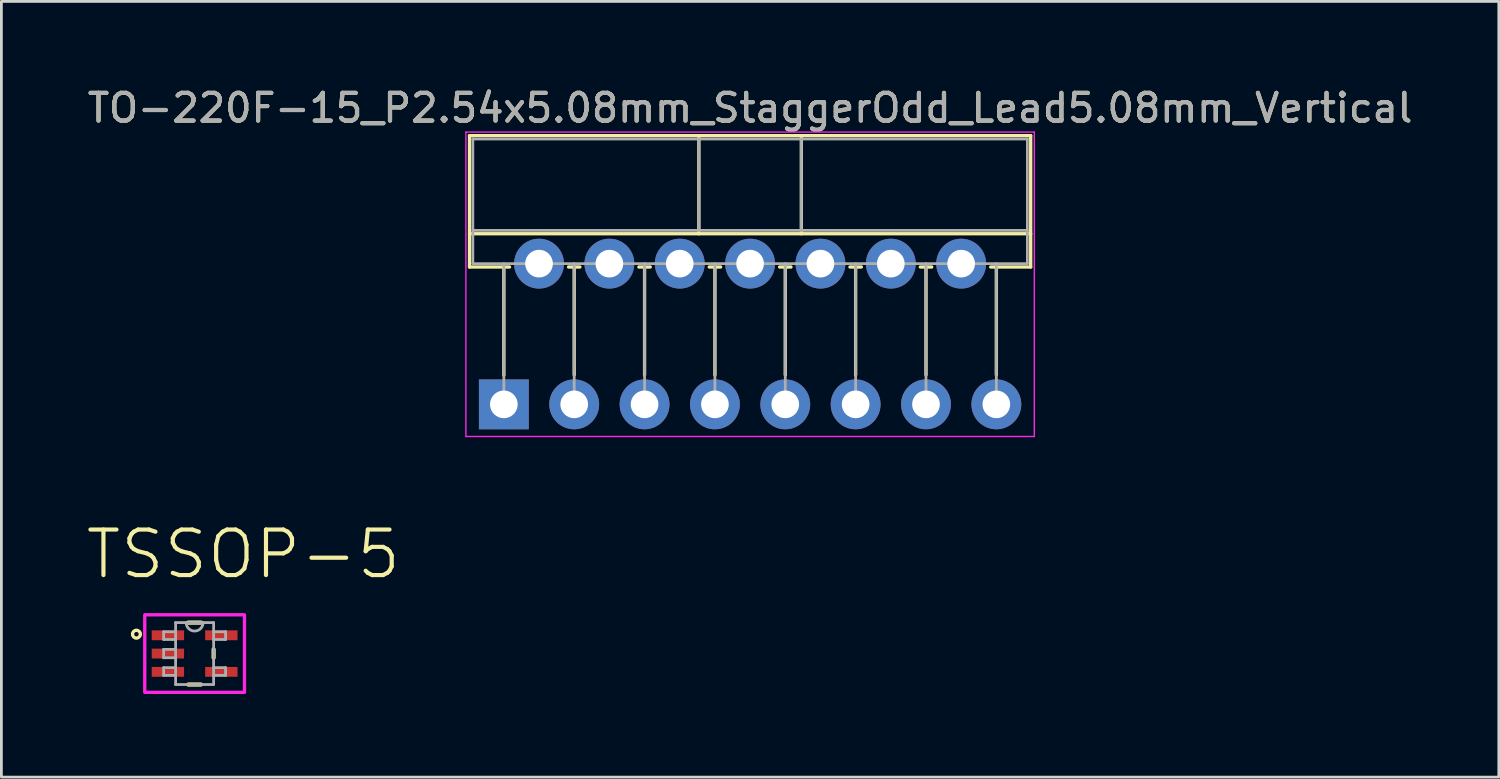
<source format=kicad_pcb>
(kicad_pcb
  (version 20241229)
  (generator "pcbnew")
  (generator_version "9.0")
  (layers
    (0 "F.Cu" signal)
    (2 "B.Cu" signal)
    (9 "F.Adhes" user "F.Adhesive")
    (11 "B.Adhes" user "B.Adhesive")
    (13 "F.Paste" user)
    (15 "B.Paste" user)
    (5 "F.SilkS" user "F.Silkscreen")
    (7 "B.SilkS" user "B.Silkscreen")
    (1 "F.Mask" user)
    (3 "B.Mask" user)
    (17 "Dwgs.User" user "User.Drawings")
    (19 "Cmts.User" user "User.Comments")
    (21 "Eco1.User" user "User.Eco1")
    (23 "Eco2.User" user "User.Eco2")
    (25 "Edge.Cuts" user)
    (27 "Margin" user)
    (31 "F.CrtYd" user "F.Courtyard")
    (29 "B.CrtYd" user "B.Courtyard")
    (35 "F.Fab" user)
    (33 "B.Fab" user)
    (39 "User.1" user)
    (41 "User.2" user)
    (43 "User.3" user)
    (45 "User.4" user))
  (footprint "TSSOP-5"
    (layer "F.Cu")
    (at 3.976 20.545)
    (property "Reference" "TSSOP-5" (at 1.755 -3.587 0) (layer "F.SilkS") (effects (font (size 1.643 1.643) (thickness 0.15))))
    (attr smd)
    (fp_line (start -0.229 1.118) (end 0.229 1.118) (stroke (width 0.152) (type solid)) (layer "F.SilkS"))
    (fp_line (start 0.229 -1.118) (end -0.229 -1.118) (stroke (width 0.152) (type solid)) (layer "F.SilkS"))
    (fp_line (start 0.686 0.152) (end 0.686 -0.152) (stroke (width 0.152) (type solid)) (layer "F.SilkS"))
    (fp_circle (center -2.1 -0.7) (end -2 -0.6) (stroke (width 0.12) (type default)) (fill no) (layer "F.SilkS"))
    (fp_rect (start -1.8 -1.4) (end 1.8 1.4) (stroke (width 0.12) (type default)) (fill no) (layer "F.CrtYd"))
    (fp_line (start -1.118 -0.787) (end -1.118 -0.508) (stroke (width 0.1) (type solid)) (layer "F.Fab"))
    (fp_line (start -1.118 -0.508) (end -0.686 -0.508) (stroke (width 0.1) (type solid)) (layer "F.Fab"))
    (fp_line (start -1.118 -0.152) (end -1.118 0.152) (stroke (width 0.1) (type solid)) (layer "F.Fab"))
    (fp_line (start -1.118 0.152) (end -0.686 0.152) (stroke (width 0.1) (type solid)) (layer "F.Fab"))
    (fp_line (start -1.118 0.508) (end -1.118 0.787) (stroke (width 0.1) (type solid)) (layer "F.Fab"))
    (fp_line (start -1.118 0.787) (end -0.686 0.787) (stroke (width 0.1) (type solid)) (layer "F.Fab"))
    (fp_line (start -0.686 -1.118) (end -0.686 -0.787) (stroke (width 0.1) (type solid)) (layer "F.Fab"))
    (fp_line (start -0.686 -0.787) (end -1.118 -0.787) (stroke (width 0.1) (type solid)) (layer "F.Fab"))
    (fp_line (start -0.686 -0.787) (end -0.686 -0.508) (stroke (width 0.1) (type solid)) (layer "F.Fab"))
    (fp_line (start -0.686 -0.508) (end -0.686 -0.152) (stroke (width 0.1) (type solid)) (layer "F.Fab"))
    (fp_line (start -0.686 -0.152) (end -1.118 -0.152) (stroke (width 0.1) (type solid)) (layer "F.Fab"))
    (fp_line (start -0.686 -0.152) (end -0.686 0.152) (stroke (width 0.1) (type solid)) (layer "F.Fab"))
    (fp_line (start -0.686 0.152) (end -0.686 0.508) (stroke (width 0.1) (type solid)) (layer "F.Fab"))
    (fp_line (start -0.686 0.508) (end -1.118 0.508) (stroke (width 0.1) (type solid)) (layer "F.Fab"))
    (fp_line (start -0.686 0.508) (end -0.686 0.787) (stroke (width 0.1) (type solid)) (layer "F.Fab"))
    (fp_line (start -0.686 0.787) (end -0.686 1.118) (stroke (width 0.1) (type solid)) (layer "F.Fab"))
    (fp_line (start -0.686 1.118) (end 0.686 1.118) (stroke (width 0.1) (type solid)) (layer "F.Fab"))
    (fp_line (start -0.305 -1.118) (end -0.686 -1.118) (stroke (width 0.1) (type solid)) (layer "F.Fab"))
    (fp_line (start 0.305 -1.118) (end -0.305 -1.118) (stroke (width 0.1) (type solid)) (layer "F.Fab"))
    (fp_line (start 0.686 -1.118) (end 0.305 -1.118) (stroke (width 0.1) (type solid)) (layer "F.Fab"))
    (fp_line (start 0.686 -0.787) (end 0.686 -1.118) (stroke (width 0.1) (type solid)) (layer "F.Fab"))
    (fp_line (start 0.686 -0.508) (end 0.686 -0.787) (stroke (width 0.1) (type solid)) (layer "F.Fab"))
    (fp_line (start 0.686 -0.508) (end 1.118 -0.508) (stroke (width 0.1) (type solid)) (layer "F.Fab"))
    (fp_line (start 0.686 0.508) (end 0.686 -0.508) (stroke (width 0.1) (type solid)) (layer "F.Fab"))
    (fp_line (start 0.686 0.787) (end 0.686 0.508) (stroke (width 0.1) (type solid)) (layer "F.Fab"))
    (fp_line (start 0.686 0.787) (end 1.118 0.787) (stroke (width 0.1) (type solid)) (layer "F.Fab"))
    (fp_line (start 0.686 1.118) (end 0.686 0.787) (stroke (width 0.1) (type solid)) (layer "F.Fab"))
    (fp_line (start 1.118 -0.787) (end 0.686 -0.787) (stroke (width 0.1) (type solid)) (layer "F.Fab"))
    (fp_line (start 1.118 -0.508) (end 1.118 -0.787) (stroke (width 0.1) (type solid)) (layer "F.Fab"))
    (fp_line (start 1.118 0.508) (end 0.686 0.508) (stroke (width 0.1) (type solid)) (layer "F.Fab"))
    (fp_line (start 1.118 0.787) (end 1.118 0.508) (stroke (width 0.1) (type solid)) (layer "F.Fab"))
    (fp_arc (start 0.3048 -1.1176) (mid 0 -0.8128) (end -0.3048 -1.1176) (stroke (width 0.1) (type solid)) (layer "F.Fab"))
    (pad "1" smd rect (at -0.965 -0.66) (size 1.168 0.356) (layers "F.Cu" "F.Mask" "F.Paste"))
    (pad "2" smd rect (at -0.965 0) (size 1.168 0.356) (layers "F.Cu" "F.Mask" "F.Paste"))
    (pad "3" smd rect (at -0.965 0.66) (size 1.168 0.356) (layers "F.Cu" "F.Mask" "F.Paste"))
    (pad "4" smd rect (at 0.965 0.66) (size 1.168 0.356) (layers "F.Cu" "F.Mask" "F.Paste"))
    (pad "5" smd rect (at 0.965 -0.66) (size 1.168 0.356) (layers "F.Cu" "F.Mask" "F.Paste")))
  (footprint "TO-220F-15_P2.54x5.08mm_StaggerOdd_Lead5.08mm_Vertical"
    (layer "F.Cu")
    (at 15.14 11.548)
    (property "Reference" "TO-220F-15_P2.54x5.08mm_StaggerOdd_Lead5.08mm_Vertical" (at 8.89 -10.7 0) (layer "F.SilkS") (effects (font (size 1 1) (thickness 0.15))))
    (attr through_hole)
    (fp_line (start -1.24 -9.7) (end -1.24 -4.959) (stroke (width 0.12) (type solid)) (layer "F.SilkS"))
    (fp_line (start -1.24 -9.7) (end 19.02 -9.7) (stroke (width 0.12) (type solid)) (layer "F.SilkS"))
    (fp_line (start -1.24 -6.16) (end 19.02 -6.16) (stroke (width 0.12) (type solid)) (layer "F.SilkS"))
    (fp_line (start -1.24 -4.959) (end 0.205 -4.959) (stroke (width 0.12) (type solid)) (layer "F.SilkS"))
    (fp_line (start 0 -4.959) (end 0 -1.05) (stroke (width 0.12) (type solid)) (layer "F.SilkS"))
    (fp_line (start 2.336 -4.959) (end 2.745 -4.959) (stroke (width 0.12) (type solid)) (layer "F.SilkS"))
    (fp_line (start 2.54 -4.959) (end 2.54 -1.065) (stroke (width 0.12) (type solid)) (layer "F.SilkS"))
    (fp_line (start 4.875 -4.959) (end 5.285 -4.959) (stroke (width 0.12) (type solid)) (layer "F.SilkS"))
    (fp_line (start 5.08 -4.959) (end 5.08 -1.065) (stroke (width 0.12) (type solid)) (layer "F.SilkS"))
    (fp_line (start 7.041 -9.7) (end 7.041 -6.16) (stroke (width 0.12) (type solid)) (layer "F.SilkS"))
    (fp_line (start 7.415 -4.959) (end 7.825 -4.959) (stroke (width 0.12) (type solid)) (layer "F.SilkS"))
    (fp_line (start 7.62 -4.959) (end 7.62 -1.065) (stroke (width 0.12) (type solid)) (layer "F.SilkS"))
    (fp_line (start 9.955 -4.959) (end 10.365 -4.959) (stroke (width 0.12) (type solid)) (layer "F.SilkS"))
    (fp_line (start 10.16 -4.959) (end 10.16 -1.065) (stroke (width 0.12) (type solid)) (layer "F.SilkS"))
    (fp_line (start 10.74 -9.7) (end 10.74 -6.16) (stroke (width 0.12) (type solid)) (layer "F.SilkS"))
    (fp_line (start 12.495 -4.959) (end 12.905 -4.959) (stroke (width 0.12) (type solid)) (layer "F.SilkS"))
    (fp_line (start 12.7 -4.959) (end 12.7 -1.065) (stroke (width 0.12) (type solid)) (layer "F.SilkS"))
    (fp_line (start 15.035 -4.959) (end 15.445 -4.959) (stroke (width 0.12) (type solid)) (layer "F.SilkS"))
    (fp_line (start 15.24 -4.959) (end 15.24 -1.065) (stroke (width 0.12) (type solid)) (layer "F.SilkS"))
    (fp_line (start 17.575 -4.959) (end 19.02 -4.959) (stroke (width 0.12) (type solid)) (layer "F.SilkS"))
    (fp_line (start 17.78 -4.959) (end 17.78 -1.065) (stroke (width 0.12) (type solid)) (layer "F.SilkS"))
    (fp_line (start 19.02 -9.7) (end 19.02 -4.959) (stroke (width 0.12) (type solid)) (layer "F.SilkS"))
    (fp_line (start -1.37 -9.83) (end -1.37 1.16) (stroke (width 0.05) (type solid)) (layer "F.CrtYd"))
    (fp_line (start -1.37 1.16) (end 19.15 1.16) (stroke (width 0.05) (type solid)) (layer "F.CrtYd"))
    (fp_line (start 19.15 -9.83) (end -1.37 -9.83) (stroke (width 0.05) (type solid)) (layer "F.CrtYd"))
    (fp_line (start 19.15 1.16) (end 19.15 -9.83) (stroke (width 0.05) (type solid)) (layer "F.CrtYd"))
    (fp_line (start -1.12 -9.58) (end -1.12 -5.08) (stroke (width 0.1) (type solid)) (layer "F.Fab"))
    (fp_line (start -1.12 -6.28) (end 18.9 -6.28) (stroke (width 0.1) (type solid)) (layer "F.Fab"))
    (fp_line (start -1.12 -5.08) (end 18.9 -5.08) (stroke (width 0.1) (type solid)) (layer "F.Fab"))
    (fp_line (start 0 -5.08) (end 0 0) (stroke (width 0.1) (type solid)) (layer "F.Fab"))
    (fp_line (start 2.54 -5.08) (end 2.54 0) (stroke (width 0.1) (type solid)) (layer "F.Fab"))
    (fp_line (start 5.08 -5.08) (end 5.08 0) (stroke (width 0.1) (type solid)) (layer "F.Fab"))
    (fp_line (start 7.04 -9.58) (end 7.04 -6.28) (stroke (width 0.1) (type solid)) (layer "F.Fab"))
    (fp_line (start 7.62 -5.08) (end 7.62 0) (stroke (width 0.1) (type solid)) (layer "F.Fab"))
    (fp_line (start 10.16 -5.08) (end 10.16 0) (stroke (width 0.1) (type solid)) (layer "F.Fab"))
    (fp_line (start 10.74 -9.58) (end 10.74 -6.28) (stroke (width 0.1) (type solid)) (layer "F.Fab"))
    (fp_line (start 12.7 -5.08) (end 12.7 0) (stroke (width 0.1) (type solid)) (layer "F.Fab"))
    (fp_line (start 15.24 -5.08) (end 15.24 0) (stroke (width 0.1) (type solid)) (layer "F.Fab"))
    (fp_line (start 17.78 -5.08) (end 17.78 0) (stroke (width 0.1) (type solid)) (layer "F.Fab"))
    (fp_line (start 18.9 -9.58) (end -1.12 -9.58) (stroke (width 0.1) (type solid)) (layer "F.Fab"))
    (fp_line (start 18.9 -5.08) (end 18.9 -9.58) (stroke (width 0.1) (type solid)) (layer "F.Fab"))
    (fp_text user "${REFERENCE}" (at 8.89 -10.7 0) (layer "F.Fab") (effects (font (size 1 1) (thickness 0.15))))
    (pad "1" thru_hole rect (at 0 0) (size 1.8 1.8) (drill 1) (layers "*.Cu" "*.Mask"))
    (pad "2" thru_hole oval (at 1.27 -5.08) (size 1.8 1.8) (drill 1) (layers "*.Cu" "*.Mask"))
    (pad "3" thru_hole oval (at 2.54 0) (size 1.8 1.8) (drill 1) (layers "*.Cu" "*.Mask"))
    (pad "4" thru_hole oval (at 3.81 -5.08) (size 1.8 1.8) (drill 1) (layers "*.Cu" "*.Mask"))
    (pad "5" thru_hole oval (at 5.08 0) (size 1.8 1.8) (drill 1) (layers "*.Cu" "*.Mask"))
    (pad "6" thru_hole oval (at 6.35 -5.08) (size 1.8 1.8) (drill 1) (layers "*.Cu" "*.Mask"))
    (pad "7" thru_hole oval (at 7.62 0) (size 1.8 1.8) (drill 1) (layers "*.Cu" "*.Mask"))
    (pad "8" thru_hole oval (at 8.89 -5.08) (size 1.8 1.8) (drill 1) (layers "*.Cu" "*.Mask"))
    (pad "9" thru_hole oval (at 10.16 0) (size 1.8 1.8) (drill 1) (layers "*.Cu" "*.Mask"))
    (pad "10" thru_hole oval (at 11.43 -5.08) (size 1.8 1.8) (drill 1) (layers "*.Cu" "*.Mask"))
    (pad "11" thru_hole oval (at 12.7 0) (size 1.8 1.8) (drill 1) (layers "*.Cu" "*.Mask"))
    (pad "12" thru_hole oval (at 13.97 -5.08) (size 1.8 1.8) (drill 1) (layers "*.Cu" "*.Mask"))
    (pad "13" thru_hole oval (at 15.24 0) (size 1.8 1.8) (drill 1) (layers "*.Cu" "*.Mask"))
    (pad "14" thru_hole oval (at 16.51 -5.08) (size 1.8 1.8) (drill 1) (layers "*.Cu" "*.Mask"))
    (pad "15" thru_hole oval (at 17.78 0) (size 1.8 1.8) (drill 1) (layers "*.Cu" "*.Mask")))
  (gr_rect
    (start -3 -3)
    (end 51.06 25.005)
    (stroke (width 0.1) (type default))
    (fill no)
    (layer "Edge.Cuts")))
</source>
